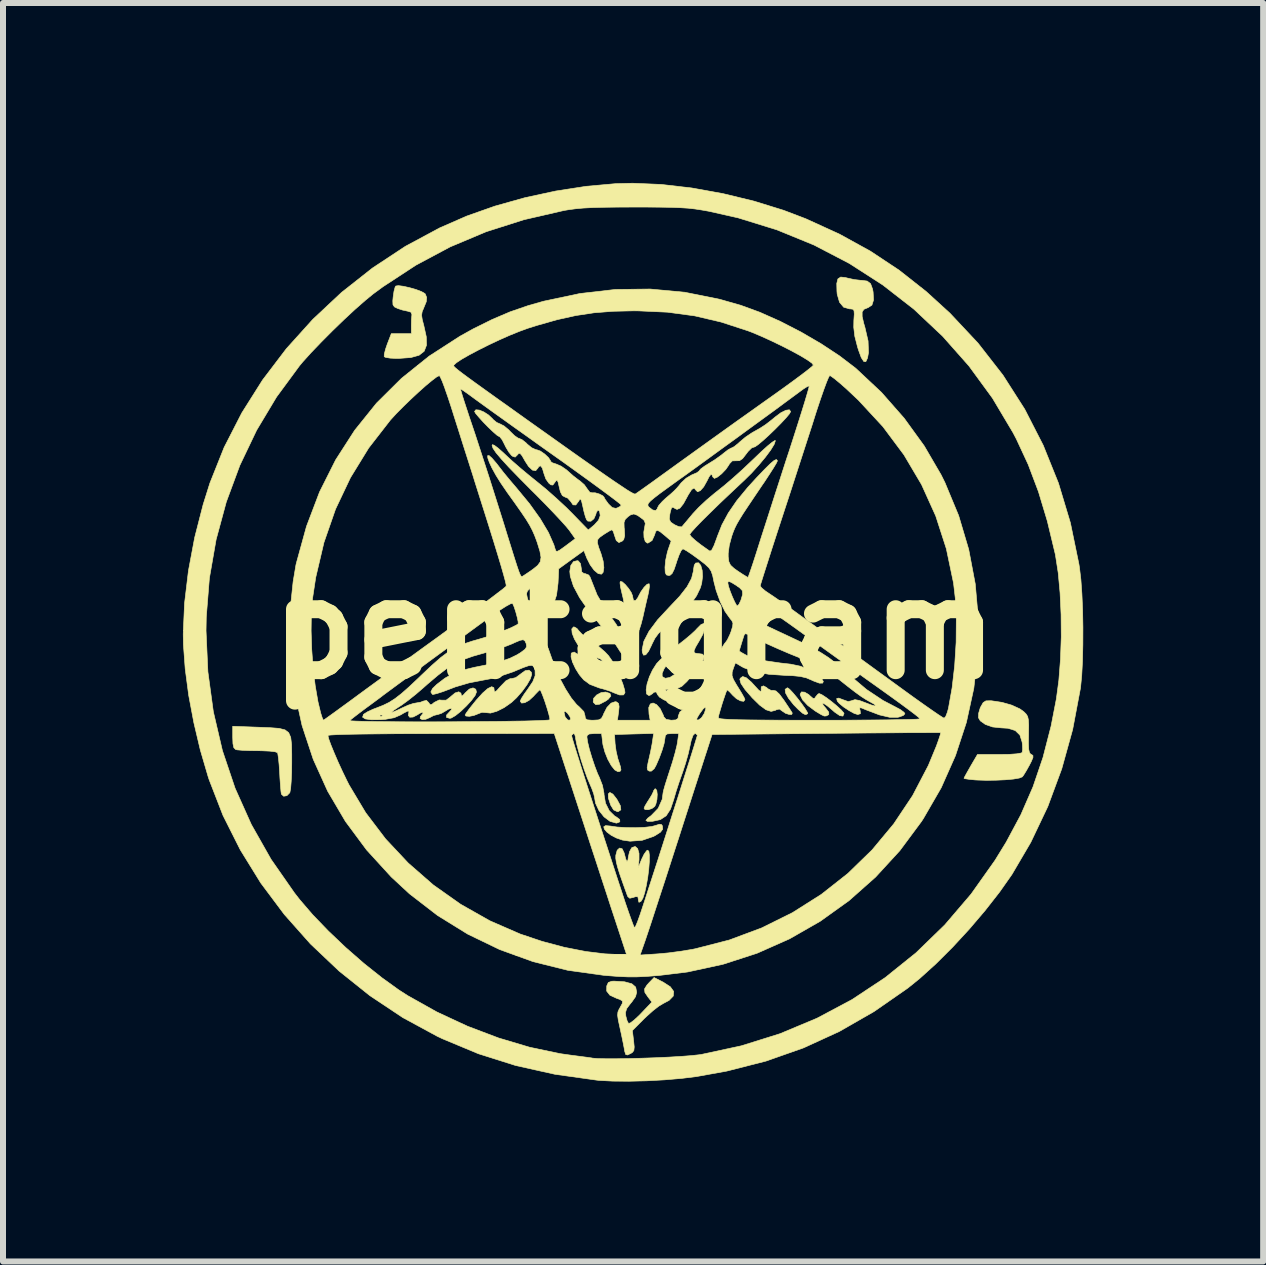
<source format=kicad_pcb>
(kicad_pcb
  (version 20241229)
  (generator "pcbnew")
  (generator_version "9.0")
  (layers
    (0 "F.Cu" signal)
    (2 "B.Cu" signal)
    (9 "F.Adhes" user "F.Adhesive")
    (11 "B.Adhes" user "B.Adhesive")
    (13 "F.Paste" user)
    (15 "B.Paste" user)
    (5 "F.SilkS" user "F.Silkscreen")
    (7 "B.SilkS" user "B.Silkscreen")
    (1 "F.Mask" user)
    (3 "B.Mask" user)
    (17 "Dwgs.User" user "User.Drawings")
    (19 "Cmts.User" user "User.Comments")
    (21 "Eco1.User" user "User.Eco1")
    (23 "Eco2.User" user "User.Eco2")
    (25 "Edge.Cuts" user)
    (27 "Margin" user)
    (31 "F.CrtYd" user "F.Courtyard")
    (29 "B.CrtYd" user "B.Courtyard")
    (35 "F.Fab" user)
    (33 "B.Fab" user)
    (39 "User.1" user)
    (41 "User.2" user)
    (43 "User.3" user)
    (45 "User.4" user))
  (footprint "pentagram"
    (layer "F.Cu")
    (at 7.529 7.434)
    (property "Reference" "pentagram" (at 0 0 0) (layer "F.SilkS") (effects (font (size 1.524 1.524) (thickness 0.3))))
    (attr through_hole)
    (fp_poly (pts (xy -0.361 2.756) (xy -0.294 2.842) (xy -0.236 2.949) (xy -0.228 3.018) (xy -0.27 3.047) (xy -0.287 3.048) (xy -0.349 3.019) (xy -0.398 2.938) (xy -0.435 2.824) (xy -0.438 2.753) (xy -0.411 2.728) (xy -0.361 2.756)) (stroke (width 0.01) (type solid)) (fill yes) (layer "F.SilkS"))
    (fp_poly (pts (xy -0.409 1.078) (xy -0.394 1.12) (xy -0.439 1.175) (xy -0.482 1.205) (xy -0.582 1.257) (xy -0.646 1.264) (xy -0.684 1.228) (xy -0.689 1.217) (xy -0.682 1.159) (xy -0.631 1.103) (xy -0.556 1.063) (xy -0.481 1.054) (xy -0.409 1.078)) (stroke (width 0.01) (type solid)) (fill yes) (layer "F.SilkS"))
    (fp_poly (pts (xy 0.371 2.694) (xy 0.379 2.76) (xy 0.374 2.844) (xy 0.356 2.921) (xy 0.337 2.961) (xy 0.289 2.997) (xy 0.227 3.016) (xy 0.175 3.013) (xy 0.159 2.992) (xy 0.175 2.953) (xy 0.217 2.883) (xy 0.238 2.851) (xy 0.287 2.772) (xy 0.315 2.713) (xy 0.318 2.7) (xy 0.341 2.668) (xy 0.349 2.667) (xy 0.371 2.694)) (stroke (width 0.01) (type solid)) (fill yes) (layer "F.SilkS"))
    (fp_poly (pts (xy 2.586 1.008) (xy 2.643 1.069) (xy 2.713 1.153) (xy 2.784 1.245) (xy 2.844 1.33) (xy 2.882 1.393) (xy 2.889 1.414) (xy 2.864 1.427) (xy 2.845 1.429) (xy 2.802 1.407) (xy 2.734 1.348) (xy 2.654 1.267) (xy 2.567 1.157) (xy 2.518 1.069) (xy 2.511 1.009) (xy 2.547 0.984) (xy 2.553 0.984) (xy 2.586 1.008)) (stroke (width 0.01) (type solid)) (fill yes) (layer "F.SilkS"))
    (fp_poly (pts (xy 0.451 3.264) (xy 0.465 3.286) (xy 0.47 3.34) (xy 0.433 3.39) (xy 0.347 3.445) (xy 0.315 3.462) (xy 0.127 3.526) (xy -0.075 3.541) (xy -0.202 3.522) (xy -0.303 3.487) (xy -0.392 3.44) (xy -0.461 3.388) (xy -0.503 3.339) (xy -0.513 3.3) (xy -0.482 3.281) (xy -0.405 3.288) (xy -0.288 3.305) (xy -0.141 3.314) (xy 0.017 3.316) (xy 0.165 3.31) (xy 0.285 3.296) (xy 0.343 3.281) (xy 0.416 3.258) (xy 0.451 3.264)) (stroke (width 0.01) (type solid)) (fill yes) (layer "F.SilkS"))
    (fp_poly (pts (xy -0.937 -1.132) (xy -0.901 -1.088) (xy -0.889 -1.017) (xy -0.879 -0.947) (xy -0.843 -0.922) (xy -0.825 -0.921) (xy -0.764 -0.897) (xy -0.742 -0.865) (xy -0.624 -0.566) (xy -0.473 -0.309) (xy -0.437 -0.26) (xy -0.307 -0.077) (xy -0.217 0.079) (xy -0.162 0.218) (xy -0.138 0.333) (xy -0.132 0.432) (xy -0.148 0.471) (xy -0.186 0.452) (xy -0.244 0.373) (xy -0.269 0.332) (xy -0.329 0.241) (xy -0.417 0.124) (xy -0.516 0.001) (xy -0.552 -0.041) (xy -0.76 -0.295) (xy -0.915 -0.518) (xy -1.018 -0.711) (xy -1.071 -0.876) (xy -1.079 -0.957) (xy -1.062 -1.057) (xy -1.017 -1.121) (xy -0.954 -1.136) (xy -0.937 -1.132)) (stroke (width 0.01) (type solid)) (fill yes) (layer "F.SilkS"))
    (fp_poly (pts (xy 1.105 -1.056) (xy 1.128 -0.975) (xy 1.134 -0.872) (xy 1.12 -0.76) (xy 1.098 -0.684) (xy 1.035 -0.552) (xy 0.946 -0.426) (xy 0.823 -0.295) (xy 0.654 -0.147) (xy 0.609 -0.11) (xy 0.484 -0.006) (xy 0.399 0.078) (xy 0.341 0.157) (xy 0.296 0.245) (xy 0.286 0.268) (xy 0.234 0.375) (xy 0.187 0.433) (xy 0.15 0.439) (xy 0.13 0.391) (xy 0.127 0.348) (xy 0.156 0.207) (xy 0.242 0.041) (xy 0.384 -0.149) (xy 0.577 -0.357) (xy 0.752 -0.542) (xy 0.876 -0.701) (xy 0.951 -0.84) (xy 0.982 -0.964) (xy 0.984 -0.99) (xy 0.996 -1.061) (xy 1.019 -1.097) (xy 1.068 -1.101) (xy 1.105 -1.056)) (stroke (width 0.01) (type solid)) (fill yes) (layer "F.SilkS"))
    (fp_poly (pts (xy -0.205 -0.783) (xy -0.155 -0.739) (xy -0.1 -0.674) (xy -0.054 -0.604) (xy -0.032 -0.548) (xy -0.032 -0.541) (xy -0.018 -0.476) (xy 0.015 -0.468) (xy 0.054 -0.517) (xy 0.061 -0.532) (xy 0.106 -0.617) (xy 0.159 -0.692) (xy 0.209 -0.742) (xy 0.243 -0.752) (xy 0.244 -0.75) (xy 0.249 -0.711) (xy 0.238 -0.63) (xy 0.224 -0.563) (xy 0.194 -0.437) (xy 0.16 -0.288) (xy 0.139 -0.193) (xy 0.11 -0.081) (xy 0.081 0.009) (xy 0.059 0.053) (xy -0.004 0.093) (xy -0.066 0.072) (xy -0.092 0.038) (xy -0.111 -0.023) (xy -0.13 -0.123) (xy -0.143 -0.224) (xy -0.163 -0.367) (xy -0.191 -0.516) (xy -0.211 -0.599) (xy -0.233 -0.696) (xy -0.242 -0.766) (xy -0.237 -0.789) (xy -0.205 -0.783)) (stroke (width 0.01) (type solid)) (fill yes) (layer "F.SilkS"))
    (fp_poly (pts (xy 1.864 0.816) (xy 1.949 0.89) (xy 1.999 0.945) (xy 2.07 1.022) (xy 2.107 1.049) (xy 2.112 1.029) (xy 2.111 1.024) (xy 2.113 0.967) (xy 2.15 0.951) (xy 2.204 0.98) (xy 2.22 0.997) (xy 2.279 1.028) (xy 2.313 1.026) (xy 2.358 1.036) (xy 2.415 1.089) (xy 2.492 1.193) (xy 2.494 1.196) (xy 2.558 1.292) (xy 2.607 1.366) (xy 2.63 1.404) (xy 2.63 1.405) (xy 2.621 1.428) (xy 2.576 1.427) (xy 2.517 1.408) (xy 2.467 1.374) (xy 2.415 1.337) (xy 2.361 1.351) (xy 2.349 1.359) (xy 2.277 1.377) (xy 2.191 1.349) (xy 2.085 1.271) (xy 1.964 1.152) (xy 1.844 1.014) (xy 1.775 0.912) (xy 1.756 0.843) (xy 1.763 0.825) (xy 1.804 0.795) (xy 1.864 0.816)) (stroke (width 0.01) (type solid)) (fill yes) (layer "F.SilkS"))
    (fp_poly (pts (xy 2.836 1.056) (xy 2.903 1.095) (xy 2.925 1.116) (xy 2.975 1.159) (xy 3.004 1.158) (xy 3.022 1.131) (xy 3.059 1.088) (xy 3.078 1.079) (xy 3.124 1.099) (xy 3.199 1.148) (xy 3.288 1.215) (xy 3.376 1.288) (xy 3.448 1.354) (xy 3.489 1.402) (xy 3.493 1.413) (xy 3.474 1.455) (xy 3.422 1.447) (xy 3.336 1.388) (xy 3.292 1.349) (xy 3.212 1.282) (xy 3.157 1.246) (xy 3.133 1.244) (xy 3.148 1.276) (xy 3.189 1.324) (xy 3.238 1.389) (xy 3.239 1.427) (xy 3.23 1.435) (xy 3.195 1.453) (xy 3.162 1.454) (xy 3.113 1.431) (xy 3.03 1.381) (xy 3.011 1.369) (xy 2.888 1.277) (xy 2.802 1.185) (xy 2.763 1.103) (xy 2.762 1.088) (xy 2.783 1.052) (xy 2.836 1.056)) (stroke (width 0.01) (type solid)) (fill yes) (layer "F.SilkS"))
    (fp_poly (pts (xy -6.263 1.641) (xy -6.067 1.649) (xy -5.925 1.66) (xy -5.827 1.685) (xy -5.766 1.732) (xy -5.732 1.81) (xy -5.718 1.927) (xy -5.715 2.094) (xy -5.715 2.228) (xy -5.717 2.395) (xy -5.724 2.542) (xy -5.733 2.657) (xy -5.745 2.724) (xy -5.748 2.733) (xy -5.796 2.782) (xy -5.85 2.791) (xy -5.887 2.757) (xy -5.888 2.754) (xy -5.895 2.707) (xy -5.903 2.612) (xy -5.912 2.486) (xy -5.916 2.406) (xy -5.925 2.27) (xy -5.936 2.158) (xy -5.947 2.084) (xy -5.952 2.065) (xy -5.992 2.05) (xy -6.083 2.039) (xy -6.214 2.033) (xy -6.286 2.032) (xy -6.425 2.03) (xy -6.544 2.025) (xy -6.625 2.018) (xy -6.649 2.013) (xy -6.68 1.983) (xy -6.695 1.915) (xy -6.699 1.809) (xy -6.699 1.625) (xy -6.263 1.641)) (stroke (width 0.01) (type solid)) (fill yes) (layer "F.SilkS"))
    (fp_poly (pts (xy -1.72 0.724) (xy -1.714 0.76) (xy -1.736 0.832) (xy -1.793 0.932) (xy -1.874 1.043) (xy -1.968 1.15) (xy -2.051 1.227) (xy -2.175 1.314) (xy -2.297 1.375) (xy -2.402 1.405) (xy -2.477 1.397) (xy -2.477 1.397) (xy -2.544 1.392) (xy -2.604 1.415) (xy -2.679 1.445) (xy -2.755 1.459) (xy -2.81 1.454) (xy -2.824 1.437) (xy -2.805 1.403) (xy -2.754 1.333) (xy -2.68 1.24) (xy -2.64 1.191) (xy -2.533 1.072) (xy -2.445 0.995) (xy -2.381 0.965) (xy -2.345 0.981) (xy -2.339 1.031) (xy -2.332 1.054) (xy -2.297 1.031) (xy -2.232 0.958) (xy -2.232 0.958) (xy -2.144 0.867) (xy -2.074 0.831) (xy -2.052 0.831) (xy -1.981 0.814) (xy -1.902 0.756) (xy -1.899 0.753) (xy -1.823 0.698) (xy -1.759 0.689) (xy -1.72 0.724)) (stroke (width 0.01) (type solid)) (fill yes) (layer "F.SilkS"))
    (fp_poly (pts (xy 3.518 -5.856) (xy 3.549 -5.848) (xy 3.662 -5.823) (xy 3.774 -5.81) (xy 3.786 -5.81) (xy 3.879 -5.798) (xy 3.936 -5.754) (xy 3.969 -5.664) (xy 3.978 -5.614) (xy 3.985 -5.482) (xy 3.958 -5.397) (xy 3.892 -5.354) (xy 3.885 -5.352) (xy 3.825 -5.327) (xy 3.795 -5.283) (xy 3.795 -5.208) (xy 3.822 -5.091) (xy 3.84 -5.032) (xy 3.894 -4.799) (xy 3.901 -4.605) (xy 3.885 -4.516) (xy 3.857 -4.455) (xy 3.823 -4.457) (xy 3.781 -4.521) (xy 3.734 -4.649) (xy 3.719 -4.697) (xy 3.673 -4.876) (xy 3.655 -5.027) (xy 3.657 -5.141) (xy 3.664 -5.247) (xy 3.66 -5.305) (xy 3.64 -5.329) (xy 3.6 -5.334) (xy 3.587 -5.334) (xy 3.487 -5.362) (xy 3.418 -5.445) (xy 3.379 -5.58) (xy 3.375 -5.628) (xy 3.372 -5.758) (xy 3.391 -5.834) (xy 3.438 -5.865) (xy 3.518 -5.856)) (stroke (width 0.01) (type solid)) (fill yes) (layer "F.SilkS"))
    (fp_poly (pts (xy -3.853 -5.711) (xy -3.747 -5.687) (xy -3.64 -5.656) (xy -3.549 -5.621) (xy -3.494 -5.589) (xy -3.489 -5.583) (xy -3.465 -5.524) (xy -3.472 -5.454) (xy -3.513 -5.354) (xy -3.513 -5.353) (xy -3.541 -5.287) (xy -3.55 -5.228) (xy -3.539 -5.155) (xy -3.513 -5.056) (xy -3.472 -4.87) (xy -3.468 -4.729) (xy -3.507 -4.628) (xy -3.592 -4.561) (xy -3.729 -4.523) (xy -3.922 -4.509) (xy -3.971 -4.508) (xy -4.073 -4.513) (xy -4.148 -4.525) (xy -4.173 -4.537) (xy -4.172 -4.58) (xy -4.151 -4.662) (xy -4.123 -4.744) (xy -4.055 -4.921) (xy -3.72 -4.921) (xy -3.721 -5.056) (xy -3.719 -5.152) (xy -3.713 -5.225) (xy -3.711 -5.238) (xy -3.727 -5.279) (xy -3.778 -5.295) (xy -3.869 -5.315) (xy -3.948 -5.341) (xy -4.002 -5.367) (xy -4.027 -5.402) (xy -4.03 -5.468) (xy -4.024 -5.532) (xy -4.01 -5.628) (xy -3.991 -5.698) (xy -3.981 -5.715) (xy -3.937 -5.722) (xy -3.853 -5.711)) (stroke (width 0.01) (type solid)) (fill yes) (layer "F.SilkS"))
    (fp_poly (pts (xy 0.052 3.665) (xy 0.075 3.744) (xy 0.075 3.851) (xy 0.061 3.985) (xy 0.118 3.844) (xy 0.16 3.758) (xy 0.201 3.701) (xy 0.217 3.69) (xy 0.239 3.709) (xy 0.248 3.778) (xy 0.247 3.882) (xy 0.237 4.01) (xy 0.22 4.147) (xy 0.196 4.283) (xy 0.169 4.402) (xy 0.139 4.493) (xy 0.108 4.543) (xy 0.074 4.56) (xy 0.064 4.524) (xy 0.064 4.513) (xy 0.056 4.468) (xy 0.02 4.465) (xy -0.017 4.477) (xy -0.079 4.492) (xy -0.112 4.464) (xy -0.123 4.437) (xy -0.196 4.234) (xy -0.249 4.081) (xy -0.284 3.968) (xy -0.304 3.886) (xy -0.313 3.825) (xy -0.312 3.776) (xy -0.289 3.692) (xy -0.249 3.655) (xy -0.206 3.667) (xy -0.174 3.734) (xy -0.173 3.736) (xy -0.146 3.839) (xy -0.126 3.879) (xy -0.11 3.857) (xy -0.103 3.804) (xy -0.083 3.716) (xy -0.048 3.652) (xy -0.042 3.647) (xy 0.011 3.629) (xy 0.052 3.665)) (stroke (width 0.01) (type solid)) (fill yes) (layer "F.SilkS"))
    (fp_poly (pts (xy -0.961 -0.007) (xy -0.928 0.033) (xy -0.88 0.084) (xy -0.797 0.151) (xy -0.717 0.206) (xy -0.602 0.29) (xy -0.491 0.387) (xy -0.435 0.446) (xy -0.374 0.533) (xy -0.309 0.653) (xy -0.246 0.788) (xy -0.195 0.917) (xy -0.164 1.023) (xy -0.159 1.065) (xy -0.183 1.102) (xy -0.248 1.103) (xy -0.341 1.068) (xy -0.349 1.064) (xy -0.428 1.032) (xy -0.536 0.999) (xy -0.587 0.986) (xy -0.743 0.927) (xy -0.847 0.851) (xy -0.919 0.766) (xy -0.983 0.664) (xy -1.032 0.559) (xy -1.037 0.542) (xy -0.722 0.542) (xy -0.707 0.607) (xy -0.664 0.676) (xy -0.599 0.738) (xy -0.52 0.78) (xy -0.464 0.792) (xy -0.451 0.766) (xy -0.455 0.701) (xy -0.457 0.693) (xy -0.498 0.581) (xy -0.565 0.504) (xy -0.641 0.476) (xy -0.702 0.495) (xy -0.722 0.542) (xy -1.037 0.542) (xy -1.058 0.469) (xy -1.055 0.41) (xy -1.05 0.403) (xy -1.006 0.387) (xy -0.978 0.406) (xy -0.914 0.44) (xy -0.882 0.445) (xy -0.856 0.437) (xy -0.858 0.407) (xy -0.894 0.345) (xy -0.936 0.282) (xy -1.002 0.17) (xy -1.04 0.073) (xy -1.046 0.002) (xy -1.018 -0.031) (xy -1.008 -0.032) (xy -0.961 -0.007)) (stroke (width 0.01) (type solid)) (fill yes) (layer "F.SilkS"))
    (fp_poly (pts (xy 5.953 1.2) (xy 6.126 1.226) (xy 6.29 1.273) (xy 6.425 1.335) (xy 6.489 1.381) (xy 6.529 1.421) (xy 6.554 1.461) (xy 6.567 1.518) (xy 6.572 1.604) (xy 6.57 1.736) (xy 6.57 1.768) (xy 6.568 1.914) (xy 6.572 2.008) (xy 6.584 2.062) (xy 6.603 2.088) (xy 6.615 2.094) (xy 6.642 2.111) (xy 6.643 2.145) (xy 6.616 2.21) (xy 6.585 2.271) (xy 6.532 2.366) (xy 6.486 2.441) (xy 6.465 2.468) (xy 6.415 2.488) (xy 6.317 2.505) (xy 6.183 2.517) (xy 6.027 2.524) (xy 5.864 2.526) (xy 5.708 2.521) (xy 5.675 2.519) (xy 5.577 2.509) (xy 5.511 2.499) (xy 5.493 2.492) (xy 5.508 2.461) (xy 5.547 2.39) (xy 5.602 2.294) (xy 5.605 2.288) (xy 5.718 2.095) (xy 6.08 2.095) (xy 6.248 2.093) (xy 6.373 2.084) (xy 6.447 2.071) (xy 6.463 2.061) (xy 6.471 2.011) (xy 6.467 1.925) (xy 6.462 1.887) (xy 6.425 1.771) (xy 6.348 1.696) (xy 6.226 1.658) (xy 6.11 1.651) (xy 5.969 1.636) (xy 5.849 1.594) (xy 5.765 1.534) (xy 5.735 1.483) (xy 5.737 1.409) (xy 5.764 1.318) (xy 5.772 1.302) (xy 5.813 1.23) (xy 5.859 1.201) (xy 5.937 1.199) (xy 5.953 1.2)) (stroke (width 0.01) (type solid)) (fill yes) (layer "F.SilkS"))
    (fp_poly (pts (xy 0.478 5.891) (xy 0.597 5.968) (xy 0.653 6.046) (xy 0.646 6.123) (xy 0.576 6.195) (xy 0.478 6.247) (xy 0.406 6.29) (xy 0.308 6.366) (xy 0.202 6.461) (xy 0.166 6.495) (xy -0.036 6.698) (xy -0.015 6.87) (xy -0.005 6.972) (xy -0.011 7.03) (xy -0.036 7.063) (xy -0.058 7.077) (xy -0.116 7.105) (xy -0.146 7.098) (xy -0.163 7.046) (xy -0.172 6.993) (xy -0.19 6.901) (xy -0.216 6.775) (xy -0.245 6.642) (xy -0.271 6.521) (xy -0.282 6.443) (xy -0.277 6.389) (xy -0.256 6.34) (xy -0.244 6.32) (xy -0.203 6.245) (xy -0.201 6.205) (xy -0.245 6.179) (xy -0.299 6.16) (xy -0.411 6.108) (xy -0.464 6.04) (xy -0.463 5.954) (xy -0.436 5.896) (xy -0.379 5.876) (xy -0.341 5.874) (xy -0.165 5.885) (xy -0.045 5.918) (xy 0.017 5.971) (xy 0.021 5.981) (xy 0.036 6.06) (xy 0.017 6.133) (xy -0.043 6.219) (xy -0.07 6.251) (xy -0.131 6.332) (xy -0.151 6.399) (xy -0.145 6.457) (xy -0.124 6.534) (xy -0.1 6.58) (xy -0.068 6.57) (xy -0.006 6.523) (xy 0.076 6.447) (xy 0.108 6.414) (xy 0.29 6.223) (xy 0.225 6.139) (xy 0.173 6.063) (xy 0.167 6.004) (xy 0.207 5.94) (xy 0.242 5.901) (xy 0.326 5.814) (xy 0.478 5.891)) (stroke (width 0.01) (type solid)) (fill yes) (layer "F.SilkS"))
    (fp_poly (pts (xy 1.175 -0.062) (xy 1.171 0.001) (xy 1.139 0.092) (xy 1.079 0.201) (xy 1.017 0.306) (xy 0.991 0.37) (xy 1.001 0.402) (xy 1.047 0.412) (xy 1.065 0.413) (xy 1.131 0.422) (xy 1.161 0.451) (xy 1.153 0.506) (xy 1.105 0.591) (xy 1.015 0.71) (xy 0.882 0.869) (xy 0.87 0.882) (xy 0.788 0.959) (xy 0.705 0.995) (xy 0.648 1.002) (xy 0.567 1.007) (xy 0.519 1.012) (xy 0.514 1.013) (xy 0.529 1.033) (xy 0.577 1.079) (xy 0.589 1.089) (xy 0.642 1.142) (xy 0.648 1.177) (xy 0.63 1.196) (xy 0.579 1.212) (xy 0.501 1.189) (xy 0.484 1.181) (xy 0.416 1.138) (xy 0.382 1.095) (xy 0.381 1.09) (xy 0.361 1.052) (xy 0.321 1.058) (xy 0.302 1.079) (xy 0.256 1.109) (xy 0.236 1.111) (xy 0.201 1.086) (xy 0.194 1.017) (xy 0.209 0.92) (xy 0.246 0.806) (xy 0.251 0.794) (xy 0.461 0.794) (xy 0.461 0.795) (xy 0.512 0.825) (xy 0.589 0.811) (xy 0.675 0.756) (xy 0.701 0.733) (xy 0.77 0.642) (xy 0.795 0.563) (xy 0.782 0.505) (xy 0.734 0.48) (xy 0.657 0.498) (xy 0.61 0.526) (xy 0.548 0.586) (xy 0.494 0.665) (xy 0.461 0.741) (xy 0.461 0.794) (xy 0.251 0.794) (xy 0.299 0.69) (xy 0.366 0.584) (xy 0.367 0.582) (xy 0.428 0.517) (xy 0.525 0.429) (xy 0.641 0.333) (xy 0.708 0.282) (xy 0.828 0.189) (xy 0.935 0.1) (xy 1.015 0.026) (xy 1.042 -0.004) (xy 1.11 -0.072) (xy 1.155 -0.089) (xy 1.175 -0.062)) (stroke (width 0.01) (type solid)) (fill yes) (layer "F.SilkS"))
    (fp_poly (pts (xy 0.446 -7.409) (xy 0.954 -7.35) (xy 1.475 -7.256) (xy 1.991 -7.131) (xy 2.485 -6.978) (xy 2.855 -6.837) (xy 3.418 -6.58) (xy 3.932 -6.297) (xy 4.409 -5.981) (xy 4.862 -5.624) (xy 5.259 -5.262) (xy 5.727 -4.763) (xy 6.143 -4.229) (xy 6.506 -3.661) (xy 6.814 -3.06) (xy 7.068 -2.429) (xy 7.267 -1.768) (xy 7.409 -1.08) (xy 7.419 -1.016) (xy 7.442 -0.822) (xy 7.459 -0.582) (xy 7.471 -0.311) (xy 7.476 -0.024) (xy 7.475 0.263) (xy 7.469 0.536) (xy 7.456 0.778) (xy 7.437 0.975) (xy 7.433 1) (xy 7.305 1.678) (xy 7.123 2.334) (xy 6.89 2.964) (xy 6.606 3.561) (xy 6.292 4.096) (xy 6.086 4.389) (xy 5.845 4.697) (xy 5.58 5.008) (xy 5.302 5.309) (xy 5.022 5.588) (xy 4.752 5.832) (xy 4.555 5.991) (xy 3.992 6.382) (xy 3.415 6.713) (xy 2.817 6.987) (xy 2.192 7.207) (xy 1.537 7.374) (xy 1.033 7.465) (xy 0.782 7.496) (xy 0.499 7.52) (xy 0.202 7.536) (xy -0.091 7.543) (xy -0.362 7.541) (xy -0.592 7.529) (xy -0.635 7.524) (xy -1.326 7.427) (xy -1.981 7.281) (xy -2.604 7.084) (xy -3.201 6.835) (xy -3.286 6.795) (xy -3.863 6.482) (xy -4.411 6.117) (xy -4.925 5.706) (xy -5.403 5.253) (xy -5.839 4.762) (xy -6.231 4.238) (xy -6.572 3.686) (xy -6.861 3.111) (xy -7.092 2.516) (xy -7.109 2.464) (xy -7.239 2.021) (xy -7.347 1.565) (xy -7.433 1.109) (xy -7.491 0.669) (xy -7.521 0.261) (xy -7.524 0.089) (xy -7.522 0.031) (xy -7.144 0.031) (xy -7.113 0.716) (xy -7.022 1.383) (xy -6.871 2.03) (xy -6.66 2.657) (xy -6.389 3.262) (xy -6.06 3.843) (xy -5.672 4.4) (xy -5.585 4.512) (xy -5.365 4.768) (xy -5.104 5.039) (xy -4.817 5.312) (xy -4.516 5.575) (xy -4.215 5.815) (xy -3.928 6.022) (xy -3.778 6.118) (xy -3.294 6.389) (xy -2.786 6.625) (xy -2.266 6.822) (xy -1.749 6.976) (xy -1.247 7.082) (xy -1.064 7.108) (xy -0.926 7.126) (xy -0.804 7.142) (xy -0.718 7.154) (xy -0.699 7.158) (xy -0.614 7.165) (xy -0.478 7.168) (xy -0.302 7.168) (xy -0.097 7.165) (xy 0.124 7.159) (xy 0.351 7.151) (xy 0.57 7.141) (xy 0.772 7.129) (xy 0.943 7.116) (xy 1.073 7.102) (xy 1.111 7.097) (xy 1.782 6.952) (xy 2.427 6.75) (xy 3.043 6.492) (xy 3.627 6.181) (xy 4.178 5.816) (xy 4.694 5.401) (xy 5.173 4.936) (xy 5.612 4.422) (xy 6.009 3.862) (xy 6.197 3.556) (xy 6.441 3.1) (xy 6.644 2.634) (xy 6.81 2.146) (xy 6.945 1.623) (xy 7.033 1.17) (xy 7.075 0.856) (xy 7.102 0.506) (xy 7.115 0.135) (xy 7.112 -0.238) (xy 7.095 -0.6) (xy 7.064 -0.934) (xy 7.019 -1.224) (xy 7.013 -1.254) (xy 6.883 -1.795) (xy 6.735 -2.286) (xy 6.564 -2.739) (xy 6.366 -3.165) (xy 6.311 -3.27) (xy 5.968 -3.846) (xy 5.576 -4.382) (xy 5.138 -4.877) (xy 4.659 -5.328) (xy 4.139 -5.733) (xy 3.583 -6.091) (xy 2.994 -6.398) (xy 2.374 -6.652) (xy 1.727 -6.852) (xy 1.239 -6.962) (xy 1.12 -6.983) (xy 1.009 -7) (xy 0.894 -7.013) (xy 0.765 -7.021) (xy 0.612 -7.027) (xy 0.424 -7.03) (xy 0.19 -7.032) (xy 0 -7.032) (xy -0.285 -7.031) (xy -0.515 -7.028) (xy -0.702 -7.023) (xy -0.855 -7.015) (xy -0.984 -7.003) (xy -1.097 -6.988) (xy -1.175 -6.975) (xy -1.844 -6.821) (xy -2.475 -6.62) (xy -3.074 -6.368) (xy -3.645 -6.063) (xy -4.195 -5.703) (xy -4.361 -5.581) (xy -4.496 -5.47) (xy -4.662 -5.324) (xy -4.846 -5.153) (xy -5.037 -4.968) (xy -5.222 -4.782) (xy -5.391 -4.606) (xy -5.531 -4.451) (xy -5.586 -4.385) (xy -5.968 -3.866) (xy -6.3 -3.312) (xy -6.58 -2.726) (xy -6.806 -2.116) (xy -6.976 -1.488) (xy -7.088 -0.845) (xy -7.14 -0.196) (xy -7.144 0.031) (xy -7.522 0.031) (xy -7.502 -0.426) (xy -7.437 -0.969) (xy -7.333 -1.523) (xy -7.192 -2.072) (xy -7.079 -2.431) (xy -6.842 -3.025) (xy -6.548 -3.599) (xy -6.201 -4.149) (xy -5.805 -4.67) (xy -5.365 -5.158) (xy -4.885 -5.608) (xy -4.369 -6.015) (xy -3.822 -6.376) (xy -3.247 -6.685) (xy -2.794 -6.883) (xy -2.326 -7.048) (xy -1.827 -7.188) (xy -1.314 -7.299) (xy -0.804 -7.378) (xy -0.315 -7.422) (xy -0.032 -7.429) (xy 0.446 -7.409)) (stroke (width 0.01) (type solid)) (fill yes) (layer "F.SilkS"))
    (fp_poly (pts (xy 0.839 -5.611) (xy 1.417 -5.495) (xy 1.774 -5.393) (xy 2.089 -5.278) (xy 2.428 -5.127) (xy 2.774 -4.949) (xy 3.109 -4.754) (xy 3.417 -4.551) (xy 3.682 -4.349) (xy 3.699 -4.334) (xy 4.117 -3.942) (xy 4.496 -3.511) (xy 4.83 -3.05) (xy 5.11 -2.57) (xy 5.176 -2.437) (xy 5.404 -1.888) (xy 5.572 -1.323) (xy 5.681 -0.748) (xy 5.732 -0.168) (xy 5.723 0.414) (xy 5.657 0.991) (xy 5.533 1.56) (xy 5.351 2.114) (xy 5.113 2.65) (xy 4.817 3.162) (xy 4.783 3.214) (xy 4.423 3.699) (xy 4.019 4.139) (xy 3.576 4.532) (xy 3.096 4.876) (xy 2.584 5.169) (xy 2.043 5.409) (xy 1.475 5.593) (xy 0.886 5.721) (xy 0.413 5.779) (xy 0.207 5.795) (xy 0.04 5.803) (xy -0.111 5.803) (xy -0.271 5.796) (xy -0.465 5.781) (xy -0.519 5.776) (xy -1.113 5.693) (xy -1.691 5.549) (xy -1.995 5.439) (xy 0.093 5.439) (xy 0.394 5.419) (xy 0.568 5.403) (xy 0.769 5.376) (xy 0.96 5.345) (xy 1.014 5.334) (xy 1.581 5.188) (xy 2.122 4.986) (xy 2.634 4.732) (xy 3.114 4.428) (xy 3.557 4.079) (xy 3.961 3.686) (xy 4.322 3.252) (xy 4.636 2.782) (xy 4.899 2.278) (xy 5.033 1.954) (xy 5.071 1.848) (xy 5.097 1.769) (xy 5.105 1.732) (xy 5.105 1.731) (xy 5.073 1.73) (xy 4.982 1.73) (xy 4.839 1.731) (xy 4.649 1.731) (xy 4.418 1.733) (xy 4.151 1.735) (xy 3.854 1.737) (xy 3.531 1.74) (xy 3.195 1.743) (xy 1.293 1.762) (xy 1.206 2.032) (xy 1.177 2.12) (xy 1.132 2.26) (xy 1.072 2.445) (xy 1 2.667) (xy 0.919 2.919) (xy 0.831 3.192) (xy 0.739 3.479) (xy 0.683 3.651) (xy 0.59 3.94) (xy 0.5 4.218) (xy 0.415 4.477) (xy 0.339 4.71) (xy 0.274 4.91) (xy 0.221 5.069) (xy 0.184 5.179) (xy 0.17 5.22) (xy 0.093 5.439) (xy -1.995 5.439) (xy -2.249 5.347) (xy -2.781 5.09) (xy -3.284 4.779) (xy -3.753 4.417) (xy -4.056 4.136) (xy -4.467 3.686) (xy -4.82 3.21) (xy -5.116 2.707) (xy -5.357 2.174) (xy -5.488 1.778) (xy -5.112 1.778) (xy -5.099 1.834) (xy -5.063 1.933) (xy -5.009 2.065) (xy -4.944 2.216) (xy -4.872 2.373) (xy -4.799 2.524) (xy -4.759 2.603) (xy -4.482 3.066) (xy -4.151 3.502) (xy -3.773 3.905) (xy -3.354 4.271) (xy -2.898 4.593) (xy -2.412 4.868) (xy -1.905 5.089) (xy -1.541 5.211) (xy -1.174 5.309) (xy -0.819 5.379) (xy -0.493 5.419) (xy -0.344 5.426) (xy -0.133 5.429) (xy -0.334 4.818) (xy -0.391 4.646) (xy -0.463 4.424) (xy -0.548 4.165) (xy -0.641 3.879) (xy -0.74 3.578) (xy -0.839 3.273) (xy -0.936 2.976) (xy -1.325 1.785) (xy -1.048 1.785) (xy -1.038 1.825) (xy -1.008 1.925) (xy -0.959 2.083) (xy -0.892 2.296) (xy -0.806 2.565) (xy -0.702 2.888) (xy -0.58 3.263) (xy -0.441 3.688) (xy -0.286 4.164) (xy -0.212 4.389) (xy -0.152 4.572) (xy -0.097 4.731) (xy -0.051 4.859) (xy -0.018 4.947) (xy -0.000428 4.984) (xy 0.001 4.985) (xy 0.019 4.957) (xy 0.05 4.884) (xy 0.087 4.781) (xy 0.091 4.77) (xy 0.128 4.659) (xy 0.179 4.505) (xy 0.24 4.314) (xy 0.311 4.095) (xy 0.389 3.855) (xy 0.471 3.599) (xy 0.555 3.336) (xy 0.639 3.071) (xy 0.722 2.814) (xy 0.799 2.569) (xy 0.87 2.345) (xy 0.933 2.148) (xy 0.984 1.985) (xy 1.021 1.864) (xy 1.043 1.792) (xy 1.048 1.773) (xy 1.022 1.748) (xy 1.006 1.746) (xy 0.975 1.777) (xy 0.944 1.865) (xy 0.925 1.952) (xy 0.895 2.085) (xy 0.85 2.244) (xy 0.799 2.4) (xy 0.791 2.421) (xy 0.741 2.564) (xy 0.694 2.707) (xy 0.66 2.823) (xy 0.655 2.842) (xy 0.6 3.006) (xy 0.528 3.117) (xy 0.431 3.181) (xy 0.302 3.209) (xy 0.217 3.211) (xy 0.19 3.195) (xy 0.221 3.157) (xy 0.279 3.113) (xy 0.395 2.993) (xy 0.462 2.842) (xy 0.476 2.735) (xy 0.486 2.689) (xy 0.512 2.597) (xy 0.551 2.475) (xy 0.585 2.37) (xy 0.634 2.218) (xy 0.676 2.071) (xy 0.706 1.95) (xy 0.716 1.897) (xy 0.737 1.746) (xy 0.623 1.746) (xy 0.546 1.752) (xy 0.514 1.777) (xy 0.506 1.834) (xy 0.493 1.913) (xy 0.459 2.027) (xy 0.412 2.154) (xy 0.362 2.27) (xy 0.329 2.331) (xy 0.28 2.373) (xy 0.245 2.372) (xy 0.218 2.354) (xy 0.211 2.316) (xy 0.224 2.242) (xy 0.237 2.185) (xy 0.266 2.057) (xy 0.291 1.929) (xy 0.299 1.88) (xy 0.319 1.744) (xy -0.007 1.753) (xy -0.333 1.762) (xy -0.324 1.914) (xy -0.307 2.04) (xy -0.278 2.166) (xy -0.268 2.195) (xy -0.235 2.297) (xy -0.226 2.353) (xy -0.242 2.377) (xy -0.278 2.381) (xy -0.329 2.353) (xy -0.388 2.279) (xy -0.446 2.174) (xy -0.494 2.054) (xy -0.526 1.934) (xy -0.53 1.906) (xy -0.549 1.746) (xy -0.671 1.746) (xy -0.754 1.753) (xy -0.789 1.777) (xy -0.794 1.802) (xy -0.783 1.883) (xy -0.754 2.004) (xy -0.712 2.145) (xy -0.664 2.288) (xy -0.616 2.414) (xy -0.586 2.478) (xy -0.534 2.612) (xy -0.509 2.742) (xy -0.508 2.765) (xy -0.484 2.907) (xy -0.421 3.033) (xy -0.329 3.123) (xy -0.301 3.138) (xy -0.247 3.179) (xy -0.245 3.218) (xy -0.295 3.238) (xy -0.305 3.239) (xy -0.408 3.21) (xy -0.508 3.135) (xy -0.594 3.028) (xy -0.65 2.907) (xy -0.666 2.813) (xy -0.68 2.752) (xy -0.714 2.658) (xy -0.745 2.587) (xy -0.789 2.482) (xy -0.838 2.347) (xy -0.887 2.197) (xy -0.93 2.05) (xy -0.964 1.922) (xy -0.982 1.83) (xy -0.984 1.806) (xy -0.998 1.757) (xy -1.016 1.746) (xy -1.046 1.771) (xy -1.048 1.785) (xy -1.325 1.785) (xy -1.338 1.745) (xy -3.225 1.747) (xy -3.628 1.748) (xy -3.989 1.749) (xy -4.305 1.752) (xy -4.573 1.755) (xy -4.791 1.759) (xy -4.955 1.764) (xy -5.062 1.77) (xy -5.11 1.776) (xy -5.112 1.778) (xy -5.488 1.778) (xy -5.543 1.611) (xy -5.561 1.529) (xy -4.747 1.529) (xy -4.722 1.535) (xy -4.64 1.539) (xy -4.51 1.543) (xy -4.337 1.546) (xy -4.128 1.548) (xy -3.892 1.55) (xy -3.634 1.551) (xy -3.362 1.551) (xy -3.082 1.55) (xy -2.803 1.548) (xy -2.531 1.546) (xy -2.273 1.544) (xy -2.035 1.54) (xy -1.826 1.537) (xy -1.652 1.532) (xy -1.52 1.527) (xy -1.438 1.522) (xy -1.411 1.517) (xy -1.414 1.483) (xy -1.433 1.407) (xy -1.437 1.393) (xy -1.175 1.393) (xy -1.157 1.469) (xy -1.115 1.518) (xy -1.091 1.524) (xy -1.062 1.512) (xy -1.077 1.465) (xy -1.079 1.462) (xy -1.119 1.404) (xy -1.156 1.375) (xy -1.174 1.388) (xy -1.175 1.393) (xy -1.437 1.393) (xy -1.463 1.307) (xy -1.498 1.2) (xy -1.533 1.105) (xy -1.561 1.038) (xy -1.577 1.016) (xy -1.603 1.038) (xy -1.656 1.093) (xy -1.687 1.127) (xy -1.759 1.193) (xy -1.83 1.232) (xy -1.883 1.238) (xy -1.905 1.207) (xy -1.905 1.205) (xy -1.887 1.164) (xy -1.84 1.09) (xy -1.778 1.004) (xy -1.695 0.88) (xy -1.657 0.782) (xy -1.658 0.694) (xy -1.67 0.653) (xy -1.688 0.622) (xy -1.716 0.609) (xy -1.766 0.615) (xy -1.85 0.644) (xy -1.978 0.697) (xy -2.019 0.715) (xy -2.324 0.818) (xy -2.541 0.859) (xy -2.758 0.901) (xy -2.986 0.968) (xy -3.072 1.001) (xy -3.194 1.047) (xy -3.293 1.079) (xy -3.357 1.094) (xy -3.37 1.093) (xy -3.396 1.053) (xy -3.368 0.996) (xy -3.297 0.927) (xy -3.161 0.823) (xy -3.025 0.747) (xy -2.868 0.69) (xy -2.671 0.642) (xy -2.621 0.632) (xy -2.394 0.586) (xy -2.217 0.54) (xy -2.077 0.491) (xy -1.96 0.434) (xy -1.898 0.396) (xy -1.825 0.341) (xy -1.798 0.298) (xy -1.806 0.248) (xy -1.806 0.246) (xy -1.828 0.2) (xy -1.857 0.182) (xy -1.909 0.192) (xy -1.999 0.23) (xy -2.036 0.248) (xy -2.132 0.286) (xy -2.267 0.333) (xy -2.42 0.379) (xy -2.496 0.4) (xy -2.692 0.456) (xy -2.854 0.513) (xy -2.996 0.58) (xy -3.134 0.665) (xy -3.28 0.776) (xy -3.451 0.921) (xy -3.522 0.984) (xy -3.644 1.089) (xy -3.772 1.191) (xy -3.883 1.272) (xy -3.916 1.293) (xy -4.01 1.355) (xy -4.049 1.388) (xy -4.034 1.391) (xy -3.965 1.362) (xy -3.873 1.318) (xy -3.773 1.273) (xy -3.686 1.244) (xy -3.65 1.238) (xy -3.565 1.223) (xy -3.524 1.206) (xy -3.469 1.193) (xy -3.433 1.229) (xy -3.407 1.266) (xy -3.376 1.258) (xy -3.339 1.227) (xy -3.256 1.186) (xy -3.207 1.19) (xy -3.141 1.19) (xy -3.072 1.138) (xy -3.064 1.13) (xy -2.991 1.069) (xy -2.93 1.05) (xy -2.894 1.073) (xy -2.889 1.1) (xy -2.879 1.122) (xy -2.845 1.094) (xy -2.823 1.068) (xy -2.755 1.005) (xy -2.692 0.985) (xy -2.647 1.007) (xy -2.635 1.054) (xy -2.658 1.112) (xy -2.719 1.194) (xy -2.803 1.286) (xy -2.896 1.375) (xy -2.986 1.447) (xy -3.057 1.488) (xy -3.079 1.492) (xy -3.134 1.478) (xy -3.134 1.438) (xy -3.096 1.397) (xy -3.05 1.347) (xy -3.055 1.326) (xy -3.102 1.339) (xy -3.14 1.363) (xy -3.217 1.408) (xy -3.28 1.429) (xy -3.284 1.429) (xy -3.348 1.445) (xy -3.414 1.48) (xy -3.48 1.508) (xy -3.539 1.513) (xy -3.575 1.496) (xy -3.57 1.463) (xy -3.561 1.453) (xy -3.524 1.405) (xy -3.535 1.389) (xy -3.584 1.41) (xy -3.616 1.432) (xy -3.692 1.471) (xy -3.748 1.474) (xy -3.772 1.442) (xy -3.766 1.41) (xy -3.759 1.374) (xy -3.784 1.372) (xy -3.849 1.405) (xy -3.897 1.434) (xy -4.007 1.482) (xy -4.155 1.509) (xy -4.235 1.515) (xy -4.389 1.516) (xy -4.489 1.502) (xy -4.534 1.473) (xy -4.522 1.439) (xy -4.244 1.439) (xy -4.24 1.458) (xy -4.223 1.46) (xy -4.197 1.449) (xy -4.202 1.439) (xy -4.239 1.436) (xy -4.244 1.439) (xy -4.522 1.439) (xy -4.519 1.429) (xy -4.508 1.419) (xy -4.452 1.384) (xy -4.36 1.341) (xy -4.302 1.319) (xy -4.19 1.275) (xy -4.09 1.226) (xy -3.992 1.163) (xy -3.884 1.079) (xy -3.756 0.966) (xy -3.598 0.817) (xy -3.556 0.776) (xy -3.379 0.609) (xy -3.232 0.48) (xy -3.104 0.384) (xy -2.981 0.311) (xy -2.853 0.254) (xy -2.706 0.205) (xy -2.611 0.178) (xy -2.473 0.137) (xy -2.324 0.087) (xy -2.18 0.032) (xy -2.175 0.03) (xy -1.614 0.03) (xy -1.593 0.085) (xy -1.544 0.136) (xy -1.493 0.208) (xy -1.438 0.329) (xy -1.386 0.476) (xy -1.322 0.654) (xy -1.24 0.836) (xy -1.148 1.007) (xy -1.054 1.154) (xy -0.966 1.262) (xy -0.922 1.301) (xy -0.845 1.38) (xy -0.826 1.447) (xy -0.819 1.495) (xy -0.787 1.518) (xy -0.714 1.524) (xy -0.689 1.524) (xy -0.601 1.519) (xy -0.553 1.496) (xy -0.522 1.44) (xy -0.514 1.417) (xy -0.459 1.31) (xy -0.391 1.239) (xy -0.322 1.215) (xy -0.299 1.219) (xy -0.266 1.245) (xy -0.257 1.298) (xy -0.265 1.382) (xy -0.285 1.524) (xy 0.261 1.524) (xy 0.242 1.421) (xy 0.237 1.314) (xy 0.263 1.253) (xy 0.31 1.237) (xy 0.368 1.264) (xy 0.428 1.332) (xy 0.48 1.44) (xy 0.489 1.468) (xy 0.527 1.51) (xy 0.612 1.524) (xy 0.618 1.524) (xy 0.694 1.518) (xy 0.695 1.517) (xy 1.035 1.517) (xy 1.061 1.52) (xy 1.067 1.519) (xy 1.116 1.484) (xy 1.117 1.483) (xy 1.397 1.483) (xy 1.407 1.492) (xy 1.442 1.5) (xy 1.504 1.506) (xy 1.6 1.512) (xy 1.732 1.516) (xy 1.906 1.519) (xy 2.127 1.521) (xy 2.397 1.523) (xy 2.723 1.524) (xy 3.08 1.524) (xy 3.4 1.524) (xy 3.7 1.522) (xy 3.974 1.52) (xy 4.217 1.518) (xy 4.422 1.514) (xy 4.584 1.511) (xy 4.697 1.507) (xy 4.754 1.502) (xy 4.761 1.5) (xy 4.736 1.475) (xy 4.667 1.42) (xy 4.561 1.34) (xy 4.428 1.242) (xy 4.275 1.131) (xy 4.261 1.121) (xy 4.074 0.987) (xy 3.853 0.83) (xy 3.618 0.661) (xy 3.385 0.494) (xy 3.175 0.343) (xy 3.002 0.219) (xy 2.843 0.105) (xy 2.707 0.007) (xy 2.601 -0.069) (xy 2.535 -0.116) (xy 2.519 -0.127) (xy 2.461 -0.168) (xy 2.369 -0.233) (xy 2.262 -0.31) (xy 2.24 -0.325) (xy 2.137 -0.398) (xy 2.073 -0.438) (xy 2.036 -0.449) (xy 2.016 -0.434) (xy 2.004 -0.404) (xy 1.965 -0.293) (xy 1.951 -0.225) (xy 1.96 -0.184) (xy 1.976 -0.165) (xy 2.017 -0.142) (xy 2.106 -0.096) (xy 2.232 -0.035) (xy 2.386 0.038) (xy 2.53 0.105) (xy 2.763 0.215) (xy 2.949 0.308) (xy 3.102 0.394) (xy 3.234 0.479) (xy 3.358 0.573) (xy 3.486 0.682) (xy 3.587 0.774) (xy 3.867 1.011) (xy 4.144 1.195) (xy 4.343 1.299) (xy 4.433 1.347) (xy 4.493 1.392) (xy 4.508 1.416) (xy 4.481 1.445) (xy 4.411 1.47) (xy 4.389 1.475) (xy 4.254 1.475) (xy 4.083 1.435) (xy 3.869 1.354) (xy 3.863 1.352) (xy 3.787 1.32) (xy 3.755 1.316) (xy 3.755 1.341) (xy 3.762 1.364) (xy 3.766 1.415) (xy 3.723 1.429) (xy 3.722 1.429) (xy 3.662 1.41) (xy 3.577 1.363) (xy 3.486 1.303) (xy 3.412 1.242) (xy 3.381 1.206) (xy 3.37 1.163) (xy 3.405 1.155) (xy 3.481 1.184) (xy 3.482 1.184) (xy 3.562 1.213) (xy 3.623 1.198) (xy 3.626 1.196) (xy 3.675 1.181) (xy 3.747 1.194) (xy 3.846 1.231) (xy 3.948 1.27) (xy 4.009 1.286) (xy 4.025 1.28) (xy 3.989 1.252) (xy 3.932 1.22) (xy 3.859 1.179) (xy 3.778 1.127) (xy 3.68 1.056) (xy 3.554 0.959) (xy 3.39 0.829) (xy 3.365 0.809) (xy 3.136 0.648) (xy 2.923 0.546) (xy 2.921 0.545) (xy 2.764 0.487) (xy 2.583 0.414) (xy 2.394 0.333) (xy 2.215 0.253) (xy 2.064 0.181) (xy 1.977 0.134) (xy 1.891 0.091) (xy 1.845 0.082) (xy 1.829 0.1) (xy 1.81 0.158) (xy 1.783 0.243) (xy 1.781 0.251) (xy 1.758 0.325) (xy 1.747 0.367) (xy 1.746 0.369) (xy 1.772 0.389) (xy 1.836 0.425) (xy 1.872 0.444) (xy 2 0.492) (xy 2.187 0.534) (xy 2.433 0.57) (xy 2.603 0.589) (xy 2.765 0.623) (xy 2.921 0.685) (xy 2.934 0.692) (xy 3.046 0.763) (xy 3.117 0.827) (xy 3.148 0.877) (xy 3.137 0.905) (xy 3.083 0.906) (xy 2.985 0.87) (xy 2.96 0.858) (xy 2.866 0.818) (xy 2.764 0.794) (xy 2.635 0.781) (xy 2.521 0.777) (xy 2.239 0.758) (xy 2.005 0.715) (xy 1.825 0.65) (xy 1.786 0.629) (xy 1.683 0.567) (xy 1.651 0.65) (xy 1.628 0.721) (xy 1.626 0.778) (xy 1.648 0.843) (xy 1.699 0.932) (xy 1.731 0.983) (xy 1.788 1.076) (xy 1.828 1.148) (xy 1.841 1.181) (xy 1.82 1.209) (xy 1.767 1.201) (xy 1.7 1.165) (xy 1.637 1.107) (xy 1.583 1.048) (xy 1.548 1.02) (xy 1.543 1.02) (xy 1.525 1.059) (xy 1.497 1.14) (xy 1.463 1.242) (xy 1.432 1.346) (xy 1.407 1.432) (xy 1.397 1.481) (xy 1.397 1.483) (xy 1.117 1.483) (xy 1.161 1.414) (xy 1.165 1.405) (xy 1.189 1.33) (xy 1.181 1.306) (xy 1.146 1.333) (xy 1.089 1.411) (xy 1.085 1.416) (xy 1.043 1.486) (xy 1.035 1.517) (xy 0.695 1.517) (xy 0.726 1.491) (xy 0.73 1.453) (xy 0.756 1.387) (xy 0.836 1.322) (xy 0.857 1.309) (xy 0.954 1.228) (xy 1.061 1.094) (xy 1.173 0.915) (xy 1.284 0.7) (xy 1.368 0.508) (xy 1.42 0.392) (xy 1.468 0.297) (xy 1.505 0.24) (xy 1.512 0.234) (xy 1.548 0.184) (xy 1.589 0.098) (xy 1.608 0.05) (xy 1.636 -0.041) (xy 1.641 -0.096) (xy 1.622 -0.137) (xy 1.595 -0.169) (xy 1.509 -0.29) (xy 1.428 -0.454) (xy 1.361 -0.64) (xy 1.33 -0.763) (xy 1.556 -0.763) (xy 1.567 -0.709) (xy 1.595 -0.626) (xy 1.632 -0.533) (xy 1.67 -0.449) (xy 1.701 -0.393) (xy 1.714 -0.381) (xy 1.741 -0.408) (xy 1.772 -0.473) (xy 1.775 -0.481) (xy 1.803 -0.576) (xy 1.798 -0.636) (xy 1.752 -0.685) (xy 1.71 -0.714) (xy 2.096 -0.714) (xy 2.121 -0.681) (xy 2.184 -0.629) (xy 2.236 -0.594) (xy 2.317 -0.54) (xy 2.434 -0.459) (xy 2.57 -0.363) (xy 2.711 -0.261) (xy 2.712 -0.26) (xy 2.855 -0.156) (xy 2.997 -0.054) (xy 3.12 0.035) (xy 3.207 0.095) (xy 3.25 0.125) (xy 3.292 0.155) (xy 3.338 0.188) (xy 3.394 0.227) (xy 3.464 0.278) (xy 3.554 0.343) (xy 3.67 0.427) (xy 3.816 0.533) (xy 3.997 0.665) (xy 4.22 0.827) (xy 4.477 1.014) (xy 4.655 1.143) (xy 4.818 1.259) (xy 4.958 1.357) (xy 5.066 1.431) (xy 5.137 1.477) (xy 5.162 1.49) (xy 5.188 1.463) (xy 5.216 1.391) (xy 5.234 1.326) (xy 5.295 0.984) (xy 5.338 0.611) (xy 5.362 0.225) (xy 5.365 -0.156) (xy 5.348 -0.511) (xy 5.319 -0.762) (xy 5.199 -1.335) (xy 5.022 -1.882) (xy 4.786 -2.404) (xy 4.492 -2.901) (xy 4.142 -3.37) (xy 3.733 -3.812) (xy 3.528 -4.005) (xy 3.424 -4.096) (xy 3.336 -4.169) (xy 3.275 -4.213) (xy 3.254 -4.223) (xy 3.236 -4.194) (xy 3.202 -4.113) (xy 3.156 -3.989) (xy 3.101 -3.831) (xy 3.04 -3.648) (xy 3.018 -3.58) (xy 2.958 -3.389) (xy 2.881 -3.152) (xy 2.793 -2.88) (xy 2.698 -2.587) (xy 2.601 -2.287) (xy 2.504 -1.991) (xy 2.455 -1.841) (xy 2.373 -1.59) (xy 2.297 -1.356) (xy 2.231 -1.149) (xy 2.175 -0.974) (xy 2.132 -0.838) (xy 2.105 -0.75) (xy 2.096 -0.714) (xy 1.71 -0.714) (xy 1.699 -0.722) (xy 1.616 -0.773) (xy 1.573 -0.791) (xy 1.557 -0.778) (xy 1.556 -0.763) (xy 1.33 -0.763) (xy 1.325 -0.781) (xy 1.303 -0.887) (xy 1.278 -0.961) (xy 1.239 -1.019) (xy 1.175 -1.079) (xy 1.073 -1.158) (xy 1.061 -1.166) (xy 0.958 -1.241) (xy 0.871 -1.299) (xy 0.815 -1.33) (xy 0.805 -1.333) (xy 0.778 -1.305) (xy 0.743 -1.231) (xy 0.705 -1.126) (xy 0.701 -1.111) (xy 0.661 -0.992) (xy 0.627 -0.923) (xy 0.593 -0.893) (xy 0.571 -0.889) (xy 0.531 -0.899) (xy 0.512 -0.94) (xy 0.508 -1.026) (xy 0.519 -1.144) (xy 0.547 -1.274) (xy 0.559 -1.314) (xy 0.611 -1.465) (xy 0.504 -1.557) (xy 0.425 -1.621) (xy 0.379 -1.643) (xy 0.353 -1.624) (xy 0.334 -1.564) (xy 0.292 -1.472) (xy 0.227 -1.431) (xy 0.213 -1.429) (xy 0.179 -1.456) (xy 0.158 -1.525) (xy 0.155 -1.613) (xy 0.166 -1.677) (xy 0.18 -1.757) (xy 0.162 -1.806) (xy 0.137 -1.829) (xy 0.05 -1.892) (xy -0.011 -1.915) (xy -0.065 -1.9) (xy -0.106 -1.872) (xy -0.155 -1.825) (xy -0.175 -1.772) (xy -0.173 -1.69) (xy -0.169 -1.657) (xy -0.164 -1.552) (xy -0.18 -1.489) (xy -0.201 -1.465) (xy -0.26 -1.438) (xy -0.304 -1.472) (xy -0.333 -1.556) (xy -0.354 -1.623) (xy -0.376 -1.651) (xy -0.376 -1.651) (xy -0.413 -1.635) (xy -0.482 -1.593) (xy -0.519 -1.569) (xy -0.582 -1.524) (xy -0.615 -1.485) (xy -0.619 -1.435) (xy -0.598 -1.358) (xy -0.559 -1.254) (xy -0.523 -1.129) (xy -0.511 -1.019) (xy -0.524 -0.94) (xy -0.552 -0.911) (xy -0.606 -0.921) (xy -0.673 -0.977) (xy -0.739 -1.067) (xy -0.794 -1.176) (xy -0.795 -1.178) (xy -0.844 -1.304) (xy -1.054 -1.153) (xy -1.264 -1.001) (xy -1.275 -0.762) (xy -1.3 -0.562) (xy -1.359 -0.386) (xy -1.461 -0.212) (xy -1.528 -0.122) (xy -1.592 -0.032) (xy -1.614 0.03) (xy -2.175 0.03) (xy -2.057 -0.019) (xy -1.969 -0.063) (xy -1.94 -0.082) (xy -1.94 -0.117) (xy -1.955 -0.19) (xy -1.979 -0.279) (xy -2.006 -0.363) (xy -2.03 -0.418) (xy -2.035 -0.425) (xy -2.068 -0.417) (xy -2.143 -0.376) (xy -2.25 -0.308) (xy -2.382 -0.218) (xy -2.467 -0.157) (xy -2.638 -0.032) (xy -2.826 0.106) (xy -3.026 0.252) (xy -3.23 0.401) (xy -3.431 0.548) (xy -3.622 0.689) (xy -3.798 0.818) (xy -3.951 0.93) (xy -4.074 1.021) (xy -4.161 1.085) (xy -4.204 1.117) (xy -4.207 1.12) (xy -4.245 1.149) (xy -4.321 1.205) (xy -4.422 1.28) (xy -4.477 1.32) (xy -4.585 1.401) (xy -4.675 1.47) (xy -4.734 1.517) (xy -4.747 1.529) (xy -5.561 1.529) (xy -5.675 1.013) (xy -5.702 0.846) (xy -5.733 0.554) (xy -5.746 0.226) (xy -5.745 0.033) (xy -5.392 0.033) (xy -5.382 0.342) (xy -5.359 0.655) (xy -5.323 0.953) (xy -5.277 1.219) (xy -5.232 1.405) (xy -5.208 1.48) (xy -5.19 1.521) (xy -5.188 1.524) (xy -5.16 1.506) (xy -5.09 1.456) (xy -4.986 1.381) (xy -4.856 1.286) (xy -4.724 1.19) (xy -4.594 1.094) (xy -4.422 0.968) (xy -4.216 0.818) (xy -3.985 0.65) (xy -3.738 0.471) (xy -3.485 0.287) (xy -3.233 0.105) (xy -3.212 0.089) (xy -2.983 -0.077) (xy -2.771 -0.232) (xy -2.58 -0.372) (xy -2.417 -0.494) (xy -2.293 -0.588) (xy -1.801 -0.588) (xy -1.788 -0.52) (xy -1.778 -0.488) (xy -1.741 -0.38) (xy -1.715 -0.329) (xy -1.688 -0.33) (xy -1.651 -0.378) (xy -1.625 -0.421) (xy -1.581 -0.518) (xy -1.546 -0.637) (xy -1.539 -0.678) (xy -1.527 -0.768) (xy -1.53 -0.808) (xy -1.551 -0.81) (xy -1.575 -0.797) (xy -1.641 -0.753) (xy -1.719 -0.693) (xy -1.726 -0.687) (xy -1.783 -0.634) (xy -1.801 -0.588) (xy -2.293 -0.588) (xy -2.287 -0.593) (xy -2.194 -0.664) (xy -2.146 -0.705) (xy -2.14 -0.711) (xy -2.141 -0.738) (xy -2.155 -0.8) (xy -2.182 -0.9) (xy -2.222 -1.04) (xy -2.277 -1.224) (xy -2.348 -1.456) (xy -2.436 -1.738) (xy -2.542 -2.073) (xy -2.666 -2.465) (xy -2.694 -2.556) (xy -2.769 -2.791) (xy -2.852 -3.051) (xy -2.935 -3.314) (xy -3.012 -3.556) (xy -3.054 -3.69) (xy -3.111 -3.863) (xy -3.159 -4) (xy -2.9 -4) (xy -2.895 -3.972) (xy -2.872 -3.894) (xy -2.835 -3.777) (xy -2.787 -3.631) (xy -2.76 -3.548) (xy -2.657 -3.242) (xy -2.543 -2.892) (xy -2.421 -2.516) (xy -2.299 -2.13) (xy -2.18 -1.753) (xy -2.129 -1.587) (xy -2.058 -1.359) (xy -2.003 -1.183) (xy -1.962 -1.055) (xy -1.932 -0.967) (xy -1.91 -0.911) (xy -1.894 -0.882) (xy -1.882 -0.872) (xy -1.87 -0.874) (xy -1.863 -0.878) (xy -1.817 -0.908) (xy -1.74 -0.96) (xy -1.691 -0.995) (xy -1.615 -1.056) (xy -1.572 -1.116) (xy -1.559 -1.191) (xy -1.577 -1.293) (xy -1.621 -1.436) (xy -1.634 -1.473) (xy -1.667 -1.56) (xy -1.703 -1.641) (xy -1.747 -1.726) (xy -1.806 -1.823) (xy -1.886 -1.942) (xy -1.992 -2.093) (xy -2.13 -2.285) (xy -2.13 -2.286) (xy -2.228 -2.429) (xy -2.311 -2.562) (xy -2.376 -2.68) (xy -2.421 -2.777) (xy -2.446 -2.848) (xy -2.449 -2.887) (xy -2.426 -2.889) (xy -2.378 -2.847) (xy -2.301 -2.758) (xy -2.265 -2.711) (xy -2.182 -2.604) (xy -2.077 -2.477) (xy -1.974 -2.356) (xy -1.968 -2.349) (xy -1.751 -2.086) (xy -1.572 -1.836) (xy -1.435 -1.606) (xy -1.345 -1.402) (xy -1.324 -1.333) (xy -1.311 -1.298) (xy -1.289 -1.291) (xy -1.244 -1.314) (xy -1.163 -1.372) (xy -1.147 -1.384) (xy -0.988 -1.503) (xy -1.089 -1.645) (xy -1.141 -1.708) (xy -1.231 -1.808) (xy -1.349 -1.934) (xy -1.489 -2.08) (xy -1.642 -2.235) (xy -1.715 -2.307) (xy -1.927 -2.521) (xy -2.096 -2.695) (xy -2.222 -2.833) (xy -2.309 -2.936) (xy -2.359 -3.01) (xy -2.375 -3.055) (xy -2.369 -3.071) (xy -2.338 -3.06) (xy -2.275 -3.013) (xy -2.19 -2.938) (xy -2.15 -2.9) (xy -2.043 -2.801) (xy -1.904 -2.68) (xy -1.753 -2.554) (xy -1.635 -2.459) (xy -1.476 -2.329) (xy -1.302 -2.175) (xy -1.137 -2.022) (xy -1.044 -1.929) (xy -0.771 -1.648) (xy -0.671 -1.732) (xy -0.6 -1.811) (xy -0.572 -1.887) (xy -0.572 -1.89) (xy -0.583 -1.962) (xy -0.609 -1.98) (xy -0.637 -1.941) (xy -0.645 -1.908) (xy -0.677 -1.835) (xy -0.727 -1.794) (xy -0.778 -1.796) (xy -0.798 -1.817) (xy -0.819 -1.869) (xy -0.844 -1.96) (xy -0.859 -2.028) (xy -0.881 -2.123) (xy -0.897 -2.163) (xy -0.914 -2.158) (xy -0.932 -2.127) (xy -0.979 -2.065) (xy -1.025 -2.067) (xy -1.063 -2.122) (xy -1.113 -2.179) (xy -1.158 -2.197) (xy -1.203 -2.221) (xy -1.236 -2.285) (xy -1.254 -2.358) (xy -1.274 -2.445) (xy -1.291 -2.479) (xy -1.31 -2.468) (xy -1.328 -2.442) (xy -1.362 -2.397) (xy -1.396 -2.401) (xy -1.43 -2.43) (xy -1.479 -2.5) (xy -1.511 -2.591) (xy -1.511 -2.592) (xy -1.537 -2.68) (xy -1.568 -2.719) (xy -1.598 -2.703) (xy -1.607 -2.685) (xy -1.647 -2.637) (xy -1.702 -2.646) (xy -1.767 -2.708) (xy -1.824 -2.796) (xy -1.874 -2.884) (xy -1.907 -2.924) (xy -1.932 -2.923) (xy -1.952 -2.9) (xy -1.99 -2.863) (xy -2.031 -2.876) (xy -2.05 -2.89) (xy -2.097 -2.948) (xy -2.149 -3.036) (xy -2.166 -3.072) (xy -2.207 -3.152) (xy -2.245 -3.2) (xy -2.258 -3.207) (xy -2.293 -3.228) (xy -2.358 -3.285) (xy -2.439 -3.362) (xy -2.523 -3.448) (xy -2.597 -3.53) (xy -2.65 -3.593) (xy -2.667 -3.624) (xy -2.645 -3.652) (xy -2.588 -3.647) (xy -2.513 -3.616) (xy -2.435 -3.566) (xy -2.368 -3.503) (xy -2.358 -3.49) (xy -2.297 -3.44) (xy -2.243 -3.417) (xy -2.175 -3.382) (xy -2.096 -3.316) (xy -2.068 -3.286) (xy -2 -3.22) (xy -1.942 -3.18) (xy -1.925 -3.175) (xy -1.875 -3.153) (xy -1.808 -3.1) (xy -1.789 -3.08) (xy -1.715 -3.019) (xy -1.643 -2.986) (xy -1.629 -2.985) (xy -1.57 -2.964) (xy -1.498 -2.914) (xy -1.433 -2.853) (xy -1.399 -2.799) (xy -1.397 -2.789) (xy -1.37 -2.768) (xy -1.305 -2.747) (xy -1.224 -2.712) (xy -1.134 -2.65) (xy -1.106 -2.625) (xy -1.019 -2.548) (xy -0.932 -2.481) (xy -0.911 -2.467) (xy -0.837 -2.402) (xy -0.787 -2.331) (xy -0.746 -2.277) (xy -0.708 -2.268) (xy -0.656 -2.268) (xy -0.587 -2.248) (xy -0.529 -2.218) (xy -0.508 -2.194) (xy -0.49 -2.159) (xy -0.445 -2.097) (xy -0.435 -2.083) (xy -0.372 -2.022) (xy -0.316 -2.009) (xy -0.292 -2.014) (xy -0.237 -2.042) (xy -0.222 -2.065) (xy -0.226 -2.068) (xy 0.222 -2.068) (xy 0.227 -2.046) (xy 0.241 -2.029) (xy 0.303 -1.981) (xy 0.355 -1.972) (xy 0.381 -2.004) (xy 0.381 -2.012) (xy 0.404 -2.056) (xy 0.462 -2.122) (xy 0.516 -2.173) (xy 0.605 -2.249) (xy 0.661 -2.3) (xy 0.701 -2.341) (xy 0.74 -2.386) (xy 0.779 -2.435) (xy 0.861 -2.511) (xy 0.956 -2.567) (xy 0.969 -2.572) (xy 1.041 -2.603) (xy 1.078 -2.632) (xy 1.079 -2.636) (xy 1.105 -2.666) (xy 1.17 -2.714) (xy 1.23 -2.751) (xy 1.341 -2.82) (xy 1.447 -2.896) (xy 1.485 -2.927) (xy 1.556 -2.982) (xy 1.61 -3.013) (xy 1.621 -3.016) (xy 1.661 -3.037) (xy 1.725 -3.088) (xy 1.754 -3.115) (xy 1.848 -3.194) (xy 1.95 -3.263) (xy 1.968 -3.274) (xy 2.091 -3.343) (xy 2.185 -3.404) (xy 2.277 -3.475) (xy 2.346 -3.532) (xy 2.441 -3.603) (xy 2.524 -3.644) (xy 2.582 -3.652) (xy 2.603 -3.622) (xy 2.582 -3.584) (xy 2.524 -3.515) (xy 2.441 -3.426) (xy 2.343 -3.327) (xy 2.24 -3.228) (xy 2.143 -3.14) (xy 2.062 -3.072) (xy 2.009 -3.035) (xy 1.995 -3.031) (xy 1.953 -3.016) (xy 1.894 -2.958) (xy 1.863 -2.917) (xy 1.801 -2.837) (xy 1.75 -2.803) (xy 1.695 -2.802) (xy 1.63 -2.8) (xy 1.583 -2.751) (xy 1.571 -2.729) (xy 1.521 -2.657) (xy 1.451 -2.584) (xy 1.381 -2.529) (xy 1.332 -2.508) (xy 1.304 -2.534) (xy 1.293 -2.564) (xy 1.276 -2.578) (xy 1.243 -2.535) (xy 1.209 -2.467) (xy 1.153 -2.367) (xy 1.097 -2.304) (xy 1.051 -2.285) (xy 1.023 -2.312) (xy 0.994 -2.348) (xy 0.952 -2.322) (xy 0.896 -2.234) (xy 0.886 -2.215) (xy 0.815 -2.085) (xy 0.757 -2.012) (xy 0.709 -1.991) (xy 0.677 -2.005) (xy 0.64 -2.029) (xy 0.616 -2.015) (xy 0.598 -1.954) (xy 0.588 -1.905) (xy 0.58 -1.827) (xy 0.604 -1.778) (xy 0.668 -1.735) (xy 0.739 -1.703) (xy 0.786 -1.7) (xy 0.791 -1.703) (xy 0.821 -1.739) (xy 0.881 -1.81) (xy 0.957 -1.901) (xy 0.97 -1.917) (xy 1.069 -2.023) (xy 1.198 -2.144) (xy 1.334 -2.259) (xy 1.381 -2.296) (xy 1.498 -2.39) (xy 1.644 -2.515) (xy 1.801 -2.656) (xy 1.953 -2.8) (xy 1.992 -2.837) (xy 2.115 -2.955) (xy 2.219 -3.049) (xy 2.297 -3.112) (xy 2.342 -3.14) (xy 2.349 -3.137) (xy 2.328 -3.075) (xy 2.269 -2.979) (xy 2.181 -2.861) (xy 2.072 -2.73) (xy 1.951 -2.596) (xy 1.825 -2.472) (xy 1.813 -2.461) (xy 1.614 -2.274) (xy 1.43 -2.1) (xy 1.267 -1.941) (xy 1.129 -1.805) (xy 1.022 -1.694) (xy 0.951 -1.616) (xy 0.921 -1.575) (xy 0.921 -1.572) (xy 0.945 -1.536) (xy 1.011 -1.476) (xy 1.106 -1.401) (xy 1.217 -1.322) (xy 1.257 -1.295) (xy 1.286 -1.311) (xy 1.325 -1.387) (xy 1.374 -1.519) (xy 1.377 -1.53) (xy 1.457 -1.733) (xy 1.564 -1.931) (xy 1.704 -2.135) (xy 1.886 -2.356) (xy 2.032 -2.516) (xy 2.166 -2.656) (xy 2.262 -2.751) (xy 2.327 -2.806) (xy 2.365 -2.823) (xy 2.38 -2.808) (xy 2.381 -2.797) (xy 2.364 -2.761) (xy 2.318 -2.684) (xy 2.248 -2.575) (xy 2.163 -2.445) (xy 2.137 -2.408) (xy 1.998 -2.202) (xy 1.89 -2.041) (xy 1.808 -1.917) (xy 1.748 -1.82) (xy 1.704 -1.744) (xy 1.672 -1.679) (xy 1.647 -1.619) (xy 1.624 -1.554) (xy 1.618 -1.535) (xy 1.58 -1.393) (xy 1.562 -1.259) (xy 1.562 -1.201) (xy 1.573 -1.119) (xy 1.601 -1.061) (xy 1.66 -1.007) (xy 1.726 -0.96) (xy 1.81 -0.905) (xy 1.871 -0.868) (xy 1.891 -0.857) (xy 1.904 -0.886) (xy 1.932 -0.965) (xy 1.973 -1.086) (xy 2.022 -1.237) (xy 2.065 -1.373) (xy 2.115 -1.531) (xy 2.182 -1.738) (xy 2.26 -1.981) (xy 2.346 -2.249) (xy 2.437 -2.53) (xy 2.528 -2.812) (xy 2.578 -2.963) (xy 2.658 -3.211) (xy 2.731 -3.44) (xy 2.795 -3.643) (xy 2.847 -3.812) (xy 2.885 -3.941) (xy 2.908 -4.023) (xy 2.913 -4.05) (xy 2.883 -4.041) (xy 2.819 -4.001) (xy 2.76 -3.958) (xy 2.664 -3.887) (xy 2.524 -3.784) (xy 2.35 -3.655) (xy 2.148 -3.508) (xy 1.927 -3.347) (xy 1.696 -3.178) (xy 1.461 -3.008) (xy 1.232 -2.841) (xy 1.017 -2.685) (xy 0.823 -2.545) (xy 0.752 -2.495) (xy 0.568 -2.362) (xy 0.429 -2.261) (xy 0.331 -2.186) (xy 0.268 -2.133) (xy 0.233 -2.095) (xy 0.222 -2.068) (xy -0.226 -2.068) (xy -0.247 -2.088) (xy -0.319 -2.145) (xy -0.432 -2.23) (xy -0.581 -2.34) (xy -0.76 -2.471) (xy -0.965 -2.619) (xy -1.189 -2.78) (xy -1.326 -2.877) (xy -1.57 -3.05) (xy -1.806 -3.219) (xy -2.028 -3.377) (xy -2.229 -3.521) (xy -2.401 -3.644) (xy -2.538 -3.743) (xy -2.633 -3.812) (xy -2.658 -3.83) (xy -2.761 -3.906) (xy -2.843 -3.964) (xy -2.892 -3.996) (xy -2.9 -4) (xy -3.159 -4) (xy -3.162 -4.011) (xy -3.206 -4.127) (xy -3.239 -4.2) (xy -3.254 -4.222) (xy -3.297 -4.201) (xy -3.375 -4.142) (xy -3.48 -4.055) (xy -3.6 -3.948) (xy -3.729 -3.828) (xy -3.856 -3.705) (xy -3.973 -3.587) (xy -4.069 -3.482) (xy -4.074 -3.476) (xy -4.432 -3.015) (xy -4.736 -2.52) (xy -4.985 -1.995) (xy -5.178 -1.44) (xy -5.315 -0.858) (xy -5.368 -0.508) (xy -5.388 -0.256) (xy -5.392 0.033) (xy -5.745 0.033) (xy -5.744 -0.119) (xy -5.726 -0.462) (xy -5.692 -0.784) (xy -5.645 -1.065) (xy -5.638 -1.095) (xy -5.469 -1.708) (xy -5.251 -2.282) (xy -4.983 -2.816) (xy -4.666 -3.309) (xy -4.301 -3.763) (xy -3.886 -4.175) (xy -3.621 -4.388) (xy -3.016 -4.388) (xy -3.01 -4.375) (xy -2.988 -4.353) (xy -2.945 -4.317) (xy -2.877 -4.264) (xy -2.778 -4.191) (xy -2.645 -4.094) (xy -2.471 -3.969) (xy -2.252 -3.812) (xy -2.143 -3.735) (xy -1.754 -3.457) (xy -1.413 -3.215) (xy -1.118 -3.005) (xy -0.865 -2.826) (xy -0.651 -2.676) (xy -0.473 -2.552) (xy -0.329 -2.453) (xy -0.214 -2.376) (xy -0.127 -2.318) (xy -0.063 -2.279) (xy -0.02 -2.256) (xy 0.005 -2.247) (xy 0.014 -2.248) (xy 0.054 -2.275) (xy 0.132 -2.33) (xy 0.236 -2.404) (xy 0.303 -2.452) (xy 0.412 -2.531) (xy 0.559 -2.637) (xy 0.729 -2.76) (xy 0.91 -2.89) (xy 1.064 -3.001) (xy 1.238 -3.126) (xy 1.45 -3.278) (xy 1.683 -3.445) (xy 1.924 -3.616) (xy 2.157 -3.782) (xy 2.277 -3.867) (xy 2.462 -3.999) (xy 2.63 -4.121) (xy 2.772 -4.226) (xy 2.883 -4.311) (xy 2.955 -4.369) (xy 2.983 -4.397) (xy 2.983 -4.397) (xy 2.956 -4.431) (xy 2.881 -4.484) (xy 2.767 -4.553) (xy 2.624 -4.631) (xy 2.462 -4.714) (xy 2.291 -4.797) (xy 2.12 -4.875) (xy 1.959 -4.943) (xy 1.893 -4.968) (xy 1.442 -5.115) (xy 1.002 -5.218) (xy 0.55 -5.279) (xy 0.069 -5.301) (xy -0.013 -5.302) (xy -0.361 -5.294) (xy -0.676 -5.269) (xy -0.98 -5.223) (xy -1.291 -5.154) (xy -1.629 -5.058) (xy -1.778 -5.011) (xy -1.918 -4.96) (xy -2.081 -4.894) (xy -2.255 -4.817) (xy -2.431 -4.734) (xy -2.601 -4.649) (xy -2.754 -4.568) (xy -2.88 -4.496) (xy -2.969 -4.437) (xy -3.013 -4.396) (xy -3.016 -4.388) (xy -3.621 -4.388) (xy -3.423 -4.547) (xy -2.912 -4.877) (xy -2.691 -5) (xy -2.372 -5.158) (xy -2.074 -5.285) (xy -1.772 -5.389) (xy -1.515 -5.462) (xy -0.911 -5.59) (xy -0.32 -5.658) (xy 0.261 -5.665) (xy 0.839 -5.611)) (stroke (width 0.01) (type solid)) (fill yes) (layer "F.SilkS")))
  (gr_rect
    (start -3 -3)
    (end 18.01 17.982)
    (stroke (width 0.1) (type default))
    (fill no)
    (layer "Edge.Cuts")))
</source>
